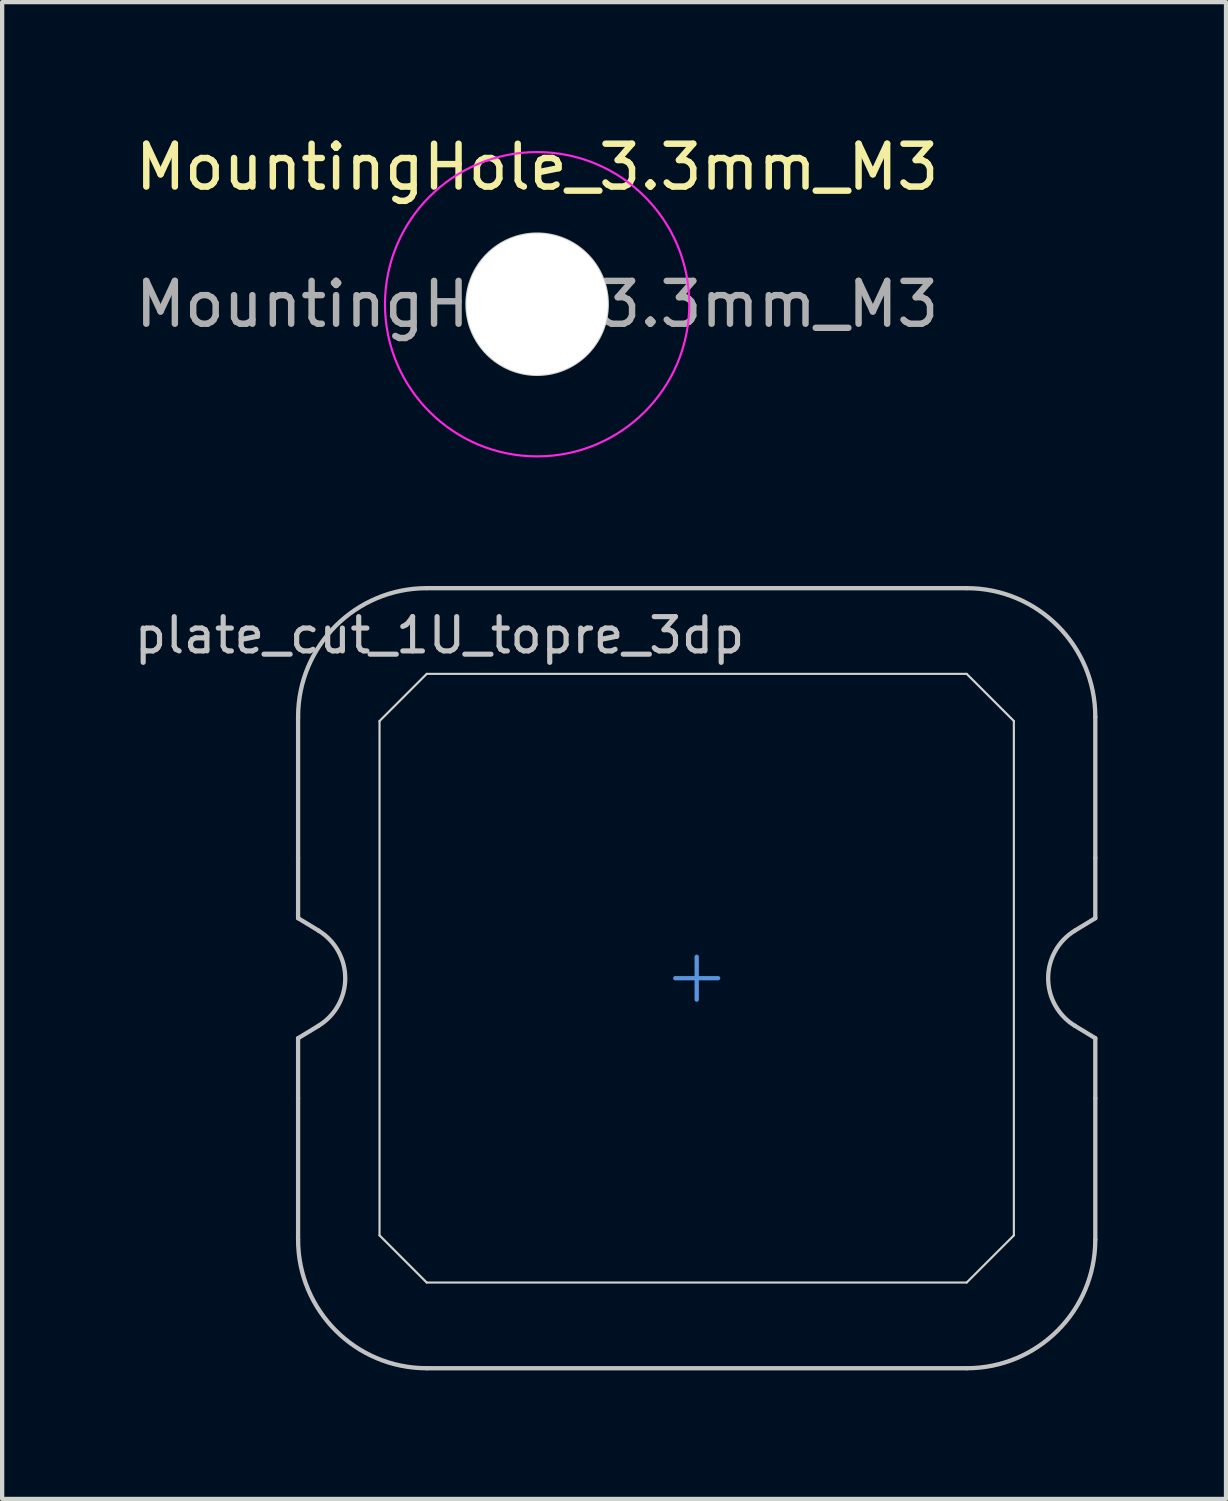
<source format=kicad_pcb>
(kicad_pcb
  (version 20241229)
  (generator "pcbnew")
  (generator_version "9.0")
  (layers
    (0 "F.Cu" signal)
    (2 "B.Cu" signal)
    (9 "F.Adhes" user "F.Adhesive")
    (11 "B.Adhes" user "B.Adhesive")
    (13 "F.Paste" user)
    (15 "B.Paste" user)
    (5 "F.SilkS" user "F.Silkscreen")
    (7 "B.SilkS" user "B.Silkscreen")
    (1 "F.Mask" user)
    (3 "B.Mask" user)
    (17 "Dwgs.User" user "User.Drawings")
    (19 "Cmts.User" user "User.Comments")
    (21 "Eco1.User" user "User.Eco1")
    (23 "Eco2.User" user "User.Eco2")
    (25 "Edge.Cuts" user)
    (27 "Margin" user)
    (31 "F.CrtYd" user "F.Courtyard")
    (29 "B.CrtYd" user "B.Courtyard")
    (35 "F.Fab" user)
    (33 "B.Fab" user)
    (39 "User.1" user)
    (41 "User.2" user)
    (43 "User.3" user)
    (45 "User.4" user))
  (footprint "plate_cut_1U_topre_3dp"
    (layer "F.Cu")
    (at 13.205 19.773)
    (property "Reference" "plate_cut_1U_topre_3dp" (at -6 -8 0) (layer "Dwgs.User") (effects (font (size 0.8 0.8) (thickness 0.12))))
    (attr smd)
    (fp_line (start -9.3 -2.805) (end -9.3 -6.1) (stroke (width 0.1) (type solid)) (layer "Dwgs.User"))
    (fp_line (start -9.3 -1.4) (end -9.3 -2.805) (stroke (width 0.1) (type solid)) (layer "Dwgs.User"))
    (fp_line (start -9.3 1.4) (end -8.824 1.111) (stroke (width 0.1) (type solid)) (layer "Dwgs.User"))
    (fp_line (start -9.3 2.805) (end -9.3 1.4) (stroke (width 0.1) (type solid)) (layer "Dwgs.User"))
    (fp_line (start -9.3 6.1) (end -9.3 2.805) (stroke (width 0.1) (type solid)) (layer "Dwgs.User"))
    (fp_line (start -8.824 -1.111) (end -9.3 -1.4) (stroke (width 0.1) (type solid)) (layer "Dwgs.User"))
    (fp_line (start -6.3 -9.1) (end 6.3 -9.1) (stroke (width 0.1) (type solid)) (layer "Dwgs.User"))
    (fp_line (start 6.3 9.1) (end -6.3 9.1) (stroke (width 0.1) (type solid)) (layer "Dwgs.User"))
    (fp_line (start 8.824 1.111) (end 9.3 1.4) (stroke (width 0.1) (type solid)) (layer "Dwgs.User"))
    (fp_line (start 9.3 -6.1) (end 9.3 -2.805) (stroke (width 0.1) (type solid)) (layer "Dwgs.User"))
    (fp_line (start 9.3 -2.805) (end 9.3 -1.4) (stroke (width 0.1) (type solid)) (layer "Dwgs.User"))
    (fp_line (start 9.3 -1.4) (end 8.824 -1.111) (stroke (width 0.1) (type solid)) (layer "Dwgs.User"))
    (fp_line (start 9.3 1.4) (end 9.3 2.805) (stroke (width 0.1) (type solid)) (layer "Dwgs.User"))
    (fp_line (start 9.3 2.805) (end 9.3 6.1) (stroke (width 0.1) (type solid)) (layer "Dwgs.User"))
    (fp_arc (start -9.3 -6.1) (mid -8.42132 -8.22132) (end -6.3 -9.1) (stroke (width 0.1) (type solid)) (layer "Dwgs.User"))
    (fp_arc (start -8.824333 -1.110619) (mid -8.2 0) (end -8.824333 1.110619) (stroke (width 0.1) (type solid)) (layer "Dwgs.User"))
    (fp_arc (start -6.3 9.1) (mid -8.42132 8.22132) (end -9.3 6.1) (stroke (width 0.1) (type solid)) (layer "Dwgs.User"))
    (fp_arc (start 6.3 -9.1) (mid 8.42132 -8.22132) (end 9.3 -6.1) (stroke (width 0.1) (type solid)) (layer "Dwgs.User"))
    (fp_arc (start 8.824333 1.110619) (mid 8.2 0) (end 8.824333 -1.110619) (stroke (width 0.1) (type solid)) (layer "Dwgs.User"))
    (fp_arc (start 9.3 6.1) (mid 8.42132 8.22132) (end 6.3 9.1) (stroke (width 0.1) (type solid)) (layer "Dwgs.User"))
    (fp_line (start -0.5 0) (end 0.5 0) (stroke (width 0.1) (type default)) (layer "Cmts.User"))
    (fp_line (start 0 -0.5) (end 0 0.5) (stroke (width 0.1) (type default)) (layer "Cmts.User"))
    (fp_line (start -7.4 -6) (end -7.4 6) (stroke (width 0.05) (type solid)) (layer "Edge.Cuts"))
    (fp_line (start -7.4 -6) (end -6.3 -7.1) (stroke (width 0.05) (type default)) (layer "Edge.Cuts"))
    (fp_line (start -6.3 7.1) (end -7.4 6) (stroke (width 0.05) (type default)) (layer "Edge.Cuts"))
    (fp_line (start -6.3 7.1) (end 6.3 7.1) (stroke (width 0.05) (type solid)) (layer "Edge.Cuts"))
    (fp_line (start 6.3 -7.1) (end -6.3 -7.1) (stroke (width 0.05) (type solid)) (layer "Edge.Cuts"))
    (fp_line (start 6.3 7.1) (end 7.4 6) (stroke (width 0.05) (type default)) (layer "Edge.Cuts"))
    (fp_line (start 7.4 -6) (end 6.3 -7.1) (stroke (width 0.05) (type default)) (layer "Edge.Cuts"))
    (fp_line (start 7.4 6) (end 7.4 -6) (stroke (width 0.05) (type solid)) (layer "Edge.Cuts")))
  (footprint "MountingHole_3.3mm_M3"
    (layer "F.Cu")
    (at 9.482 4.048)
    (property "Reference" "MountingHole_3.3mm_M3" (at 0 -3.2 0) (layer "F.SilkS") (effects (font (size 1 1) (thickness 0.15))))
    (attr exclude_from_pos_files exclude_from_bom)
    (fp_circle (center 0 0) (end 1.65 0) (stroke (width 0.05) (type solid)) (fill no) (layer "Edge.Cuts"))
    (fp_circle (center 0 0) (end 3.55 0) (stroke (width 0.05) (type solid)) (fill no) (layer "F.CrtYd"))
    (fp_text user "${REFERENCE}" (at 0 0 0) (layer "F.Fab") (effects (font (size 1 1) (thickness 0.15))))
    (pad "" np_thru_hole circle (at 0 0) (size 3.3 3.3) (drill 3.3) (layers "*.Cu" "*.Mask")))
  (gr_rect
    (start -3 -3)
    (end 25.555 31.923)
    (stroke (width 0.1) (type default))
    (fill no)
    (layer "Edge.Cuts")))
</source>
